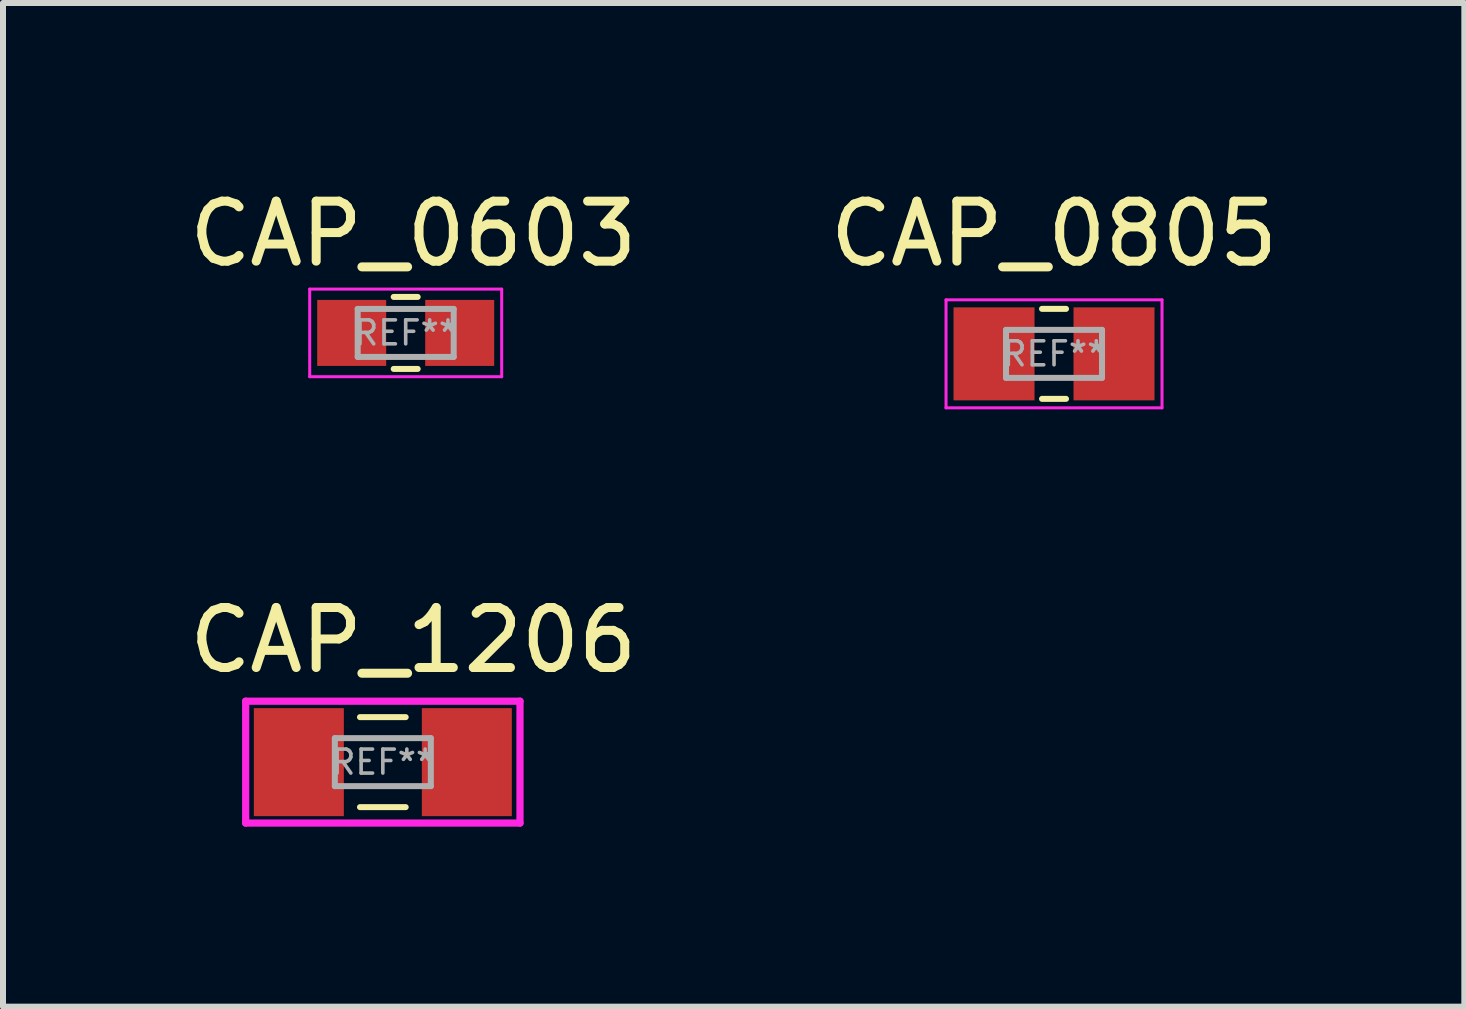
<source format=kicad_pcb>
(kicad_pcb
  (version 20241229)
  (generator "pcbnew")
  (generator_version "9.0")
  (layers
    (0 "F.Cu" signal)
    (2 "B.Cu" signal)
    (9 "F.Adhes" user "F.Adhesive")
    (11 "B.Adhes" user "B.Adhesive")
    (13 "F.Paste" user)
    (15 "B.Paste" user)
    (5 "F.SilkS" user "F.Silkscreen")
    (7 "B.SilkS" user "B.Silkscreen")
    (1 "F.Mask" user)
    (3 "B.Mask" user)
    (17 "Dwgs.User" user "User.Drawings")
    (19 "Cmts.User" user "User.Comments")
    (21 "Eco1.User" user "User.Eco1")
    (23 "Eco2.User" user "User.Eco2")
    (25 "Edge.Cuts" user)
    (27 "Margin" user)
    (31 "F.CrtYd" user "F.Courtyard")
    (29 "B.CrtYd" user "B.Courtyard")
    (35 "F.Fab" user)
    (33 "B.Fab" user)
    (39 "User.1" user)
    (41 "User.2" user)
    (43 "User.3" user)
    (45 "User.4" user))
  (footprint "CAP_0603"
    (layer "F.Cu")
    (at 3.712 2.499)
    (property "Reference" "CAP_0603" (at 0.127 -1.651 0) (layer "F.SilkS") (effects (font (size 1 1) (thickness 0.15))))
    (attr smd)
    (fp_line (start -0.2 -0.6) (end 0.2 -0.6) (stroke (width 0.1) (type solid)) (layer "F.SilkS"))
    (fp_line (start -0.2 0.6) (end 0.2 0.6) (stroke (width 0.1) (type solid)) (layer "F.SilkS"))
    (fp_line (start -1.6 0.73) (end -1.6 -0.73) (stroke (width 0.05) (type solid)) (layer "F.CrtYd"))
    (fp_line (start 1.6 -0.73) (end -1.6 -0.73) (stroke (width 0.05) (type solid)) (layer "F.CrtYd"))
    (fp_line (start 1.6 -0.73) (end 1.6 0.73) (stroke (width 0.05) (type solid)) (layer "F.CrtYd"))
    (fp_line (start 1.6 0.73) (end -1.6 0.73) (stroke (width 0.05) (type solid)) (layer "F.CrtYd"))
    (fp_line (start -0.8 -0.4) (end -0.8 0.4) (stroke (width 0.1) (type solid)) (layer "F.Fab"))
    (fp_line (start 0.8 -0.4) (end -0.8 -0.4) (stroke (width 0.1) (type solid)) (layer "F.Fab"))
    (fp_line (start 0.8 -0.4) (end 0.8 0.4) (stroke (width 0.1) (type solid)) (layer "F.Fab"))
    (fp_line (start 0.8 0.4) (end -0.8 0.4) (stroke (width 0.1) (type solid)) (layer "F.Fab"))
    (fp_text user "REF**" (at 0 0 0) (layer "F.Fab") (effects (font (size 0.4 0.4) (thickness 0.06))))
    (pad "1" smd rect (at -0.9 0) (size 1.15 1.1) (layers "F.Cu" "F.Mask" "F.Paste"))
    (pad "2" smd rect (at 0.9 0) (size 1.15 1.1) (layers "F.Cu" "F.Mask" "F.Paste")))
  (footprint "CAP_1206"
    (layer "F.Cu")
    (at 3.331 9.653)
    (property "Reference" "CAP_1206" (at 0.508 -2.032 0) (layer "F.SilkS") (effects (font (size 1 1) (thickness 0.15))))
    (attr through_hole)
    (fp_line (start -0.381 -0.75) (end 0.381 -0.75) (stroke (width 0.1) (type solid)) (layer "F.SilkS"))
    (fp_line (start -0.381 0.75) (end 0.381 0.75) (stroke (width 0.1) (type solid)) (layer "F.SilkS"))
    (fp_line (start -2.286 -1.016) (end -2.286 1.016) (stroke (width 0.12) (type solid)) (layer "F.CrtYd"))
    (fp_line (start -2.286 -1.016) (end 2.286 -1.016) (stroke (width 0.12) (type solid)) (layer "F.CrtYd"))
    (fp_line (start -2.286 1.016) (end 2.286 1.016) (stroke (width 0.12) (type solid)) (layer "F.CrtYd"))
    (fp_line (start 2.286 -1.016) (end 2.286 1.016) (stroke (width 0.12) (type solid)) (layer "F.CrtYd"))
    (fp_line (start -0.8 -0.4) (end -0.8 0.4) (stroke (width 0.1) (type solid)) (layer "F.Fab"))
    (fp_line (start 0.8 -0.4) (end -0.8 -0.4) (stroke (width 0.1) (type solid)) (layer "F.Fab"))
    (fp_line (start 0.8 -0.4) (end 0.8 0.4) (stroke (width 0.1) (type solid)) (layer "F.Fab"))
    (fp_line (start 0.8 0.4) (end -0.8 0.4) (stroke (width 0.1) (type solid)) (layer "F.Fab"))
    (fp_text user "REF**" (at 0 0 0) (layer "F.Fab") (effects (font (size 0.4 0.4) (thickness 0.06))))
    (pad "1" smd rect (at -1.4 0) (size 1.5 1.8) (layers "F.Cu" "F.Mask" "F.Paste"))
    (pad "2" smd rect (at 1.4 0) (size 1.5 1.8) (layers "F.Cu" "F.Mask" "F.Paste")))
  (footprint "CAP_0805"
    (layer "F.Cu")
    (at 14.518 2.848)
    (property "Reference" "CAP_0805" (at 0 -2 0) (layer "F.SilkS") (effects (font (size 1 1) (thickness 0.15))))
    (attr smd)
    (fp_line (start -0.2 -0.75) (end 0.2 -0.75) (stroke (width 0.1) (type solid)) (layer "F.SilkS"))
    (fp_line (start -0.2 0.75) (end 0.2 0.75) (stroke (width 0.1) (type solid)) (layer "F.SilkS"))
    (fp_line (start -1.8 0.9) (end -1.8 -0.9) (stroke (width 0.05) (type solid)) (layer "F.CrtYd"))
    (fp_line (start 1.8 -0.9) (end -1.8 -0.9) (stroke (width 0.05) (type solid)) (layer "F.CrtYd"))
    (fp_line (start 1.8 -0.9) (end 1.8 0.9) (stroke (width 0.05) (type solid)) (layer "F.CrtYd"))
    (fp_line (start 1.8 0.9) (end -1.8 0.9) (stroke (width 0.05) (type solid)) (layer "F.CrtYd"))
    (fp_line (start -0.8 -0.4) (end -0.8 0.4) (stroke (width 0.1) (type solid)) (layer "F.Fab"))
    (fp_line (start 0.8 -0.4) (end -0.8 -0.4) (stroke (width 0.1) (type solid)) (layer "F.Fab"))
    (fp_line (start 0.8 -0.4) (end 0.8 0.4) (stroke (width 0.1) (type solid)) (layer "F.Fab"))
    (fp_line (start 0.8 0.4) (end -0.8 0.4) (stroke (width 0.1) (type solid)) (layer "F.Fab"))
    (fp_text user "REF**" (at 0 0 0) (layer "F.Fab") (effects (font (size 0.4 0.4) (thickness 0.06))))
    (pad "1" smd rect (at -1 0) (size 1.35 1.55) (layers "F.Cu" "F.Mask" "F.Paste"))
    (pad "2" smd rect (at 1 0) (size 1.35 1.55) (layers "F.Cu" "F.Mask" "F.Paste")))
  (gr_rect
    (start -3 -3)
    (end 21.357 13.729)
    (stroke (width 0.1) (type default))
    (fill no)
    (layer "Edge.Cuts")))
</source>
